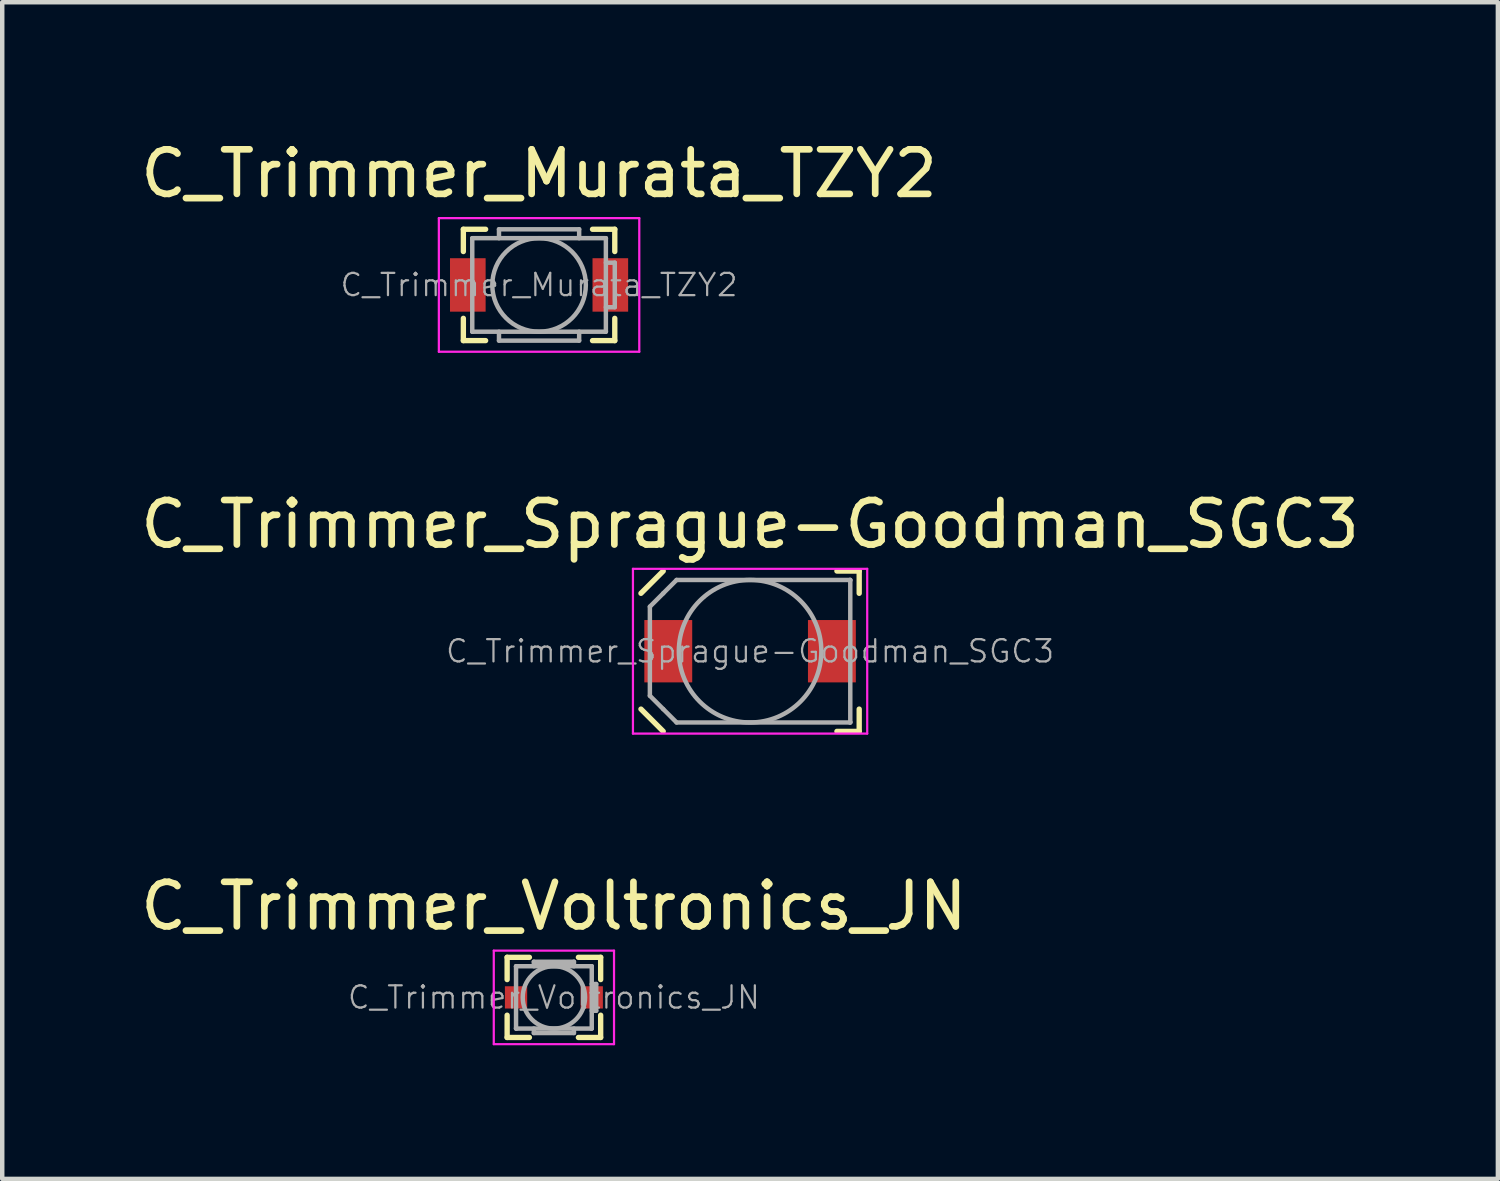
<source format=kicad_pcb>
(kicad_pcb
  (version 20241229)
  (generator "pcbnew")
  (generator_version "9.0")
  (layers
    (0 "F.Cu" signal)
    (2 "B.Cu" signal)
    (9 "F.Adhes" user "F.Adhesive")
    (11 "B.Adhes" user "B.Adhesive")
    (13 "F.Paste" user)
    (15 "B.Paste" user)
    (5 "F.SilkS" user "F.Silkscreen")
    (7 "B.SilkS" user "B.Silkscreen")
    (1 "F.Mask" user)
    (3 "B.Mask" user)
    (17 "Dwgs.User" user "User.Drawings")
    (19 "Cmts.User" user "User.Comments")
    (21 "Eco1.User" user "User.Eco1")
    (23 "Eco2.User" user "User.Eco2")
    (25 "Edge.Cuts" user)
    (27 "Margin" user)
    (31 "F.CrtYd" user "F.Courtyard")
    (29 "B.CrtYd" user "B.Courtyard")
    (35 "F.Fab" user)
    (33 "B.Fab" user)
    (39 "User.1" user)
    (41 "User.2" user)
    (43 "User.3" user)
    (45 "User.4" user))
  (footprint "C_Trimmer_Sprague-Goodman_SGC3"
    (layer "F.Cu")
    (at 13.792 11.572)
    (property "Reference" "C_Trimmer_Sprague-Goodman_SGC3" (at 0 -2.85 0) (layer "F.SilkS") (effects (font (size 1 1) (thickness 0.15))))
    (attr smd)
    (fp_line (start -2.45 -1.3) (end -1.95 -1.8) (stroke (width 0.12) (type solid)) (layer "F.SilkS"))
    (fp_line (start -2.45 1.3) (end -1.95 1.8) (stroke (width 0.12) (type solid)) (layer "F.SilkS"))
    (fp_line (start 2.45 -1.8) (end 1.95 -1.8) (stroke (width 0.12) (type solid)) (layer "F.SilkS"))
    (fp_line (start 2.45 -1.8) (end 2.45 -1.3) (stroke (width 0.12) (type solid)) (layer "F.SilkS"))
    (fp_line (start 2.45 1.8) (end 1.95 1.8) (stroke (width 0.12) (type solid)) (layer "F.SilkS"))
    (fp_line (start 2.45 1.8) (end 2.45 1.3) (stroke (width 0.12) (type solid)) (layer "F.SilkS"))
    (fp_line (start -2.63 -1.85) (end -2.63 1.85) (stroke (width 0.05) (type solid)) (layer "F.CrtYd"))
    (fp_line (start -2.63 1.85) (end 2.63 1.85) (stroke (width 0.05) (type solid)) (layer "F.CrtYd"))
    (fp_line (start 2.63 -1.85) (end -2.63 -1.85) (stroke (width 0.05) (type solid)) (layer "F.CrtYd"))
    (fp_line (start 2.63 1.85) (end 2.63 -1.85) (stroke (width 0.05) (type solid)) (layer "F.CrtYd"))
    (fp_line (start -2.25 -1) (end -1.95 -1.3) (stroke (width 0.1) (type solid)) (layer "F.Fab"))
    (fp_line (start -2.25 1) (end -2.25 -1) (stroke (width 0.1) (type solid)) (layer "F.Fab"))
    (fp_line (start -1.95 -1.3) (end -1.65 -1.6) (stroke (width 0.1) (type solid)) (layer "F.Fab"))
    (fp_line (start -1.95 1.3) (end -2.25 1) (stroke (width 0.1) (type solid)) (layer "F.Fab"))
    (fp_line (start -1.65 -1.6) (end 2.24 -1.6) (stroke (width 0.1) (type solid)) (layer "F.Fab"))
    (fp_line (start -1.65 1.6) (end -1.95 1.3) (stroke (width 0.1) (type solid)) (layer "F.Fab"))
    (fp_line (start 2.24 -1.6) (end 2.25 -1.6) (stroke (width 0.1) (type solid)) (layer "F.Fab"))
    (fp_line (start 2.24 1.6) (end -1.65 1.6) (stroke (width 0.1) (type solid)) (layer "F.Fab"))
    (fp_line (start 2.25 -1.6) (end 2.25 -1.59) (stroke (width 0.1) (type solid)) (layer "F.Fab"))
    (fp_line (start 2.25 -1.59) (end 2.25 1.59) (stroke (width 0.1) (type solid)) (layer "F.Fab"))
    (fp_line (start 2.25 1.59) (end 2.25 1.6) (stroke (width 0.1) (type solid)) (layer "F.Fab"))
    (fp_line (start 2.25 1.6) (end 2.24 1.6) (stroke (width 0.1) (type solid)) (layer "F.Fab"))
    (fp_circle (center 0 0) (end 1.6 0) (stroke (width 0.1) (type solid)) (fill no) (layer "F.Fab"))
    (fp_text user "${REFERENCE}" (at 0 0 0) (layer "F.Fab") (effects (font (size 0.5 0.5) (thickness 0.05))))
    (pad "1" smd rect (at -1.837 0) (size 1.075 1.4) (layers "F.Cu" "F.Mask" "F.Paste"))
    (pad "2" smd rect (at 1.837 0) (size 1.075 1.4) (layers "F.Cu" "F.Mask" "F.Paste")))
  (footprint "C_Trimmer_Voltronics_JN"
    (layer "F.Cu")
    (at 9.387 19.345)
    (property "Reference" "C_Trimmer_Voltronics_JN" (at 0 -2.05 0) (layer "F.SilkS") (effects (font (size 1 1) (thickness 0.15))))
    (attr smd)
    (fp_line (start -1.05 -0.9) (end -1.05 -0.4) (stroke (width 0.12) (type solid)) (layer "F.SilkS"))
    (fp_line (start -1.05 -0.9) (end -0.55 -0.9) (stroke (width 0.12) (type solid)) (layer "F.SilkS"))
    (fp_line (start -1.05 0.9) (end -1.05 0.4) (stroke (width 0.12) (type solid)) (layer "F.SilkS"))
    (fp_line (start -1.05 0.9) (end -0.55 0.9) (stroke (width 0.12) (type solid)) (layer "F.SilkS"))
    (fp_line (start 1.05 -0.9) (end 0.55 -0.9) (stroke (width 0.12) (type solid)) (layer "F.SilkS"))
    (fp_line (start 1.05 -0.9) (end 1.05 -0.4) (stroke (width 0.12) (type solid)) (layer "F.SilkS"))
    (fp_line (start 1.05 0.9) (end 0.55 0.9) (stroke (width 0.12) (type solid)) (layer "F.SilkS"))
    (fp_line (start 1.05 0.9) (end 1.05 0.4) (stroke (width 0.12) (type solid)) (layer "F.SilkS"))
    (fp_line (start -1.35 -1.05) (end -1.35 1.05) (stroke (width 0.05) (type solid)) (layer "F.CrtYd"))
    (fp_line (start -1.35 1.05) (end 1.35 1.05) (stroke (width 0.05) (type solid)) (layer "F.CrtYd"))
    (fp_line (start 1.35 -1.05) (end -1.35 -1.05) (stroke (width 0.05) (type solid)) (layer "F.CrtYd"))
    (fp_line (start 1.35 1.05) (end 1.35 -1.05) (stroke (width 0.05) (type solid)) (layer "F.CrtYd"))
    (fp_line (start -0.85 -0.7) (end -0.84 -0.7) (stroke (width 0.1) (type solid)) (layer "F.Fab"))
    (fp_line (start -0.85 -0.69) (end -0.85 -0.7) (stroke (width 0.1) (type solid)) (layer "F.Fab"))
    (fp_line (start -0.85 0.69) (end -0.85 -0.69) (stroke (width 0.1) (type solid)) (layer "F.Fab"))
    (fp_line (start -0.85 0.7) (end -0.85 0.69) (stroke (width 0.1) (type solid)) (layer "F.Fab"))
    (fp_line (start -0.84 -0.7) (end 0.84 -0.7) (stroke (width 0.1) (type solid)) (layer "F.Fab"))
    (fp_line (start -0.84 0.7) (end -0.85 0.7) (stroke (width 0.1) (type solid)) (layer "F.Fab"))
    (fp_line (start -0.45 -0.8) (end 0.45 -0.8) (stroke (width 0.1) (type solid)) (layer "F.Fab"))
    (fp_line (start -0.45 -0.7) (end -0.45 -0.8) (stroke (width 0.1) (type solid)) (layer "F.Fab"))
    (fp_line (start -0.45 0.7) (end -0.45 0.8) (stroke (width 0.1) (type solid)) (layer "F.Fab"))
    (fp_line (start -0.45 0.8) (end 0.45 0.8) (stroke (width 0.1) (type solid)) (layer "F.Fab"))
    (fp_line (start 0.45 -0.8) (end 0.45 -0.7) (stroke (width 0.1) (type solid)) (layer "F.Fab"))
    (fp_line (start 0.45 0.8) (end 0.45 0.7) (stroke (width 0.1) (type solid)) (layer "F.Fab"))
    (fp_line (start 0.84 -0.7) (end 0.85 -0.7) (stroke (width 0.1) (type solid)) (layer "F.Fab"))
    (fp_line (start 0.84 0.7) (end -0.84 0.7) (stroke (width 0.1) (type solid)) (layer "F.Fab"))
    (fp_line (start 0.85 -0.7) (end 0.85 -0.69) (stroke (width 0.1) (type solid)) (layer "F.Fab"))
    (fp_line (start 0.85 -0.69) (end 0.85 0.69) (stroke (width 0.1) (type solid)) (layer "F.Fab"))
    (fp_line (start 0.85 -0.3) (end 0.95 -0.3) (stroke (width 0.1) (type solid)) (layer "F.Fab"))
    (fp_line (start 0.85 0.69) (end 0.85 0.7) (stroke (width 0.1) (type solid)) (layer "F.Fab"))
    (fp_line (start 0.85 0.7) (end 0.84 0.7) (stroke (width 0.1) (type solid)) (layer "F.Fab"))
    (fp_line (start 0.95 -0.3) (end 0.95 0.3) (stroke (width 0.1) (type solid)) (layer "F.Fab"))
    (fp_line (start 0.95 0.3) (end 0.85 0.3) (stroke (width 0.1) (type solid)) (layer "F.Fab"))
    (fp_circle (center 0 0) (end 0.7 0) (stroke (width 0.1) (type solid)) (fill no) (layer "F.Fab"))
    (fp_text user "${REFERENCE}" (at 0 0 0) (layer "F.Fab") (effects (font (size 0.5 0.5) (thickness 0.05))))
    (pad "1" smd rect (at -0.85 0) (size 0.5 0.5) (layers "F.Cu" "F.Mask" "F.Paste"))
    (pad "2" smd rect (at 0.85 0) (size 0.5 0.5) (layers "F.Cu" "F.Mask" "F.Paste")))
  (footprint "C_Trimmer_Murata_TZY2"
    (layer "F.Cu")
    (at 9.054 3.348)
    (property "Reference" "C_Trimmer_Murata_TZY2" (at 0 -2.5 0) (layer "F.SilkS") (effects (font (size 1 1) (thickness 0.15))))
    (attr smd)
    (fp_line (start -1.7 -1.25) (end -1.7 -0.75) (stroke (width 0.12) (type solid)) (layer "F.SilkS"))
    (fp_line (start -1.7 -1.25) (end -1.2 -1.25) (stroke (width 0.12) (type solid)) (layer "F.SilkS"))
    (fp_line (start -1.7 1.25) (end -1.7 0.75) (stroke (width 0.12) (type solid)) (layer "F.SilkS"))
    (fp_line (start -1.7 1.25) (end -1.2 1.25) (stroke (width 0.12) (type solid)) (layer "F.SilkS"))
    (fp_line (start 1.7 -1.25) (end 1.2 -1.25) (stroke (width 0.12) (type solid)) (layer "F.SilkS"))
    (fp_line (start 1.7 -1.25) (end 1.7 -0.75) (stroke (width 0.12) (type solid)) (layer "F.SilkS"))
    (fp_line (start 1.7 1.25) (end 1.2 1.25) (stroke (width 0.12) (type solid)) (layer "F.SilkS"))
    (fp_line (start 1.7 1.25) (end 1.7 0.75) (stroke (width 0.12) (type solid)) (layer "F.SilkS"))
    (fp_line (start -2.25 -1.5) (end -2.25 1.5) (stroke (width 0.05) (type solid)) (layer "F.CrtYd"))
    (fp_line (start -2.25 1.5) (end 2.25 1.5) (stroke (width 0.05) (type solid)) (layer "F.CrtYd"))
    (fp_line (start 2.25 -1.5) (end -2.25 -1.5) (stroke (width 0.05) (type solid)) (layer "F.CrtYd"))
    (fp_line (start 2.25 1.5) (end 2.25 -1.5) (stroke (width 0.05) (type solid)) (layer "F.CrtYd"))
    (fp_line (start -1.5 -1.05) (end -1.49 -1.05) (stroke (width 0.1) (type solid)) (layer "F.Fab"))
    (fp_line (start -1.5 -1.04) (end -1.5 -1.05) (stroke (width 0.1) (type solid)) (layer "F.Fab"))
    (fp_line (start -1.5 1.04) (end -1.5 -1.04) (stroke (width 0.1) (type solid)) (layer "F.Fab"))
    (fp_line (start -1.5 1.05) (end -1.5 1.04) (stroke (width 0.1) (type solid)) (layer "F.Fab"))
    (fp_line (start -1.49 -1.05) (end 1.49 -1.05) (stroke (width 0.1) (type solid)) (layer "F.Fab"))
    (fp_line (start -1.49 1.05) (end -1.5 1.05) (stroke (width 0.1) (type solid)) (layer "F.Fab"))
    (fp_line (start -0.9 -1.25) (end 0.9 -1.25) (stroke (width 0.1) (type solid)) (layer "F.Fab"))
    (fp_line (start -0.9 -1.05) (end -0.9 -1.25) (stroke (width 0.1) (type solid)) (layer "F.Fab"))
    (fp_line (start -0.9 1.05) (end -0.9 1.25) (stroke (width 0.1) (type solid)) (layer "F.Fab"))
    (fp_line (start -0.9 1.25) (end 0.9 1.25) (stroke (width 0.1) (type solid)) (layer "F.Fab"))
    (fp_line (start 0.9 -1.25) (end 0.9 -1.05) (stroke (width 0.1) (type solid)) (layer "F.Fab"))
    (fp_line (start 0.9 1.25) (end 0.9 1.05) (stroke (width 0.1) (type solid)) (layer "F.Fab"))
    (fp_line (start 1.49 -1.05) (end 1.5 -1.05) (stroke (width 0.1) (type solid)) (layer "F.Fab"))
    (fp_line (start 1.49 1.05) (end -1.49 1.05) (stroke (width 0.1) (type solid)) (layer "F.Fab"))
    (fp_line (start 1.5 -1.05) (end 1.5 -1.04) (stroke (width 0.1) (type solid)) (layer "F.Fab"))
    (fp_line (start 1.5 -1.04) (end 1.5 1.04) (stroke (width 0.1) (type solid)) (layer "F.Fab"))
    (fp_line (start 1.5 -0.5) (end 1.7 -0.5) (stroke (width 0.1) (type solid)) (layer "F.Fab"))
    (fp_line (start 1.5 1.04) (end 1.5 1.05) (stroke (width 0.1) (type solid)) (layer "F.Fab"))
    (fp_line (start 1.5 1.05) (end 1.49 1.05) (stroke (width 0.1) (type solid)) (layer "F.Fab"))
    (fp_line (start 1.7 -0.5) (end 1.7 0.5) (stroke (width 0.1) (type solid)) (layer "F.Fab"))
    (fp_line (start 1.7 0.5) (end 1.5 0.5) (stroke (width 0.1) (type solid)) (layer "F.Fab"))
    (fp_circle (center 0 0) (end 1.05 0) (stroke (width 0.1) (type solid)) (fill no) (layer "F.Fab"))
    (fp_text user "${REFERENCE}" (at 0 0 0) (layer "F.Fab") (effects (font (size 0.5 0.5) (thickness 0.05))))
    (pad "1" smd rect (at -1.6 0) (size 0.8 1.2) (layers "F.Cu" "F.Mask" "F.Paste"))
    (pad "2" smd rect (at 1.6 0) (size 0.8 1.2) (layers "F.Cu" "F.Mask" "F.Paste")))
  (gr_rect
    (start -3 -3)
    (end 30.583 23.42)
    (stroke (width 0.1) (type default))
    (fill no)
    (layer "Edge.Cuts")))
</source>
